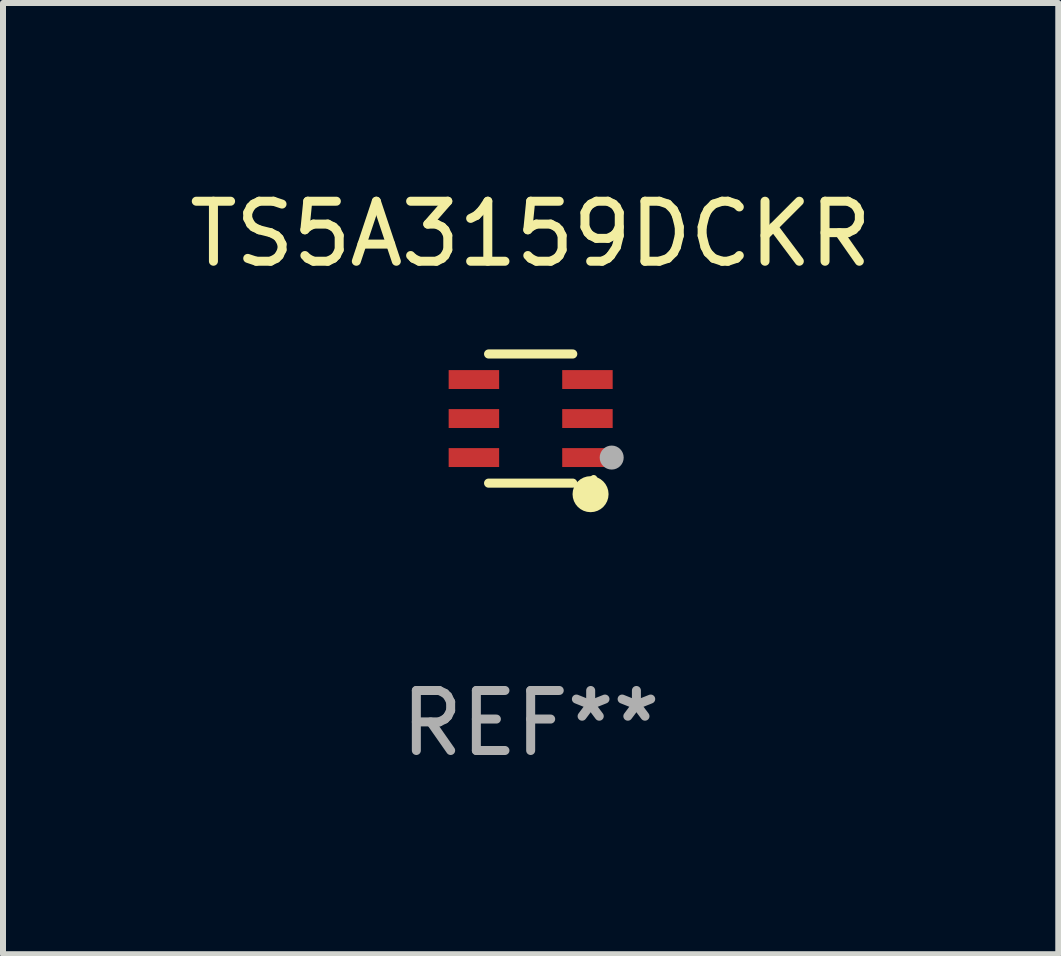
<source format=kicad_pcb>
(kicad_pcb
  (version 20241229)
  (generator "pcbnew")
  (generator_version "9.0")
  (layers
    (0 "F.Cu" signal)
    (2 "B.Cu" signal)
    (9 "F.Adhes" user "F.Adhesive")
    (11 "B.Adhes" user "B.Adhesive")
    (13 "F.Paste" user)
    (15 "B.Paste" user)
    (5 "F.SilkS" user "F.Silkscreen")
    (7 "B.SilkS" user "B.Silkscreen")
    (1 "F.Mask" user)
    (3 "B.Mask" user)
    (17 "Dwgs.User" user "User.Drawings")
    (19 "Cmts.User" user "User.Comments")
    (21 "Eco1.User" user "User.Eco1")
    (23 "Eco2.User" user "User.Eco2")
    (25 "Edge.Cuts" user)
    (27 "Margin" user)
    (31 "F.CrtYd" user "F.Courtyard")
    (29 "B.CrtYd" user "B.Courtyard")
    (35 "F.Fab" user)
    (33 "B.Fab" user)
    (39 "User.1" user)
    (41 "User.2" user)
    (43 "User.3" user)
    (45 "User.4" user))
  (footprint "TS5A3159DCKR"
    (layer "F.Cu")
    (at 5.792 3.924)
    (property "Reference" "TS5A3159DCKR" (at 0 -3.076 0) (layer "F.SilkS") (effects (font (size 1 1) (thickness 0.15))))
    (attr through_hole)
    (fp_line (start 0.701 -1.076) (end -0.701 -1.076) (stroke (width 0.152) (type solid)) (layer "F.SilkS"))
    (fp_line (start 0.701 1.076) (end -0.701 1.076) (stroke (width 0.152) (type solid)) (layer "F.SilkS"))
    (fp_circle (center 0.998 1.26) (end 1.148 1.26) (stroke (width 0.3) (type solid)) (fill no) (layer "F.SilkS"))
    (fp_circle (center 1.05 1) (end 1.08 1) (stroke (width 0.06) (type solid)) (fill no) (layer "F.SilkS"))
    (fp_circle (center 1.35 0.65) (end 1.45 0.65) (stroke (width 0.2) (type solid)) (fill no) (layer "F.Fab"))
    (fp_text user "REF**" (at 0 5.076 0) (layer "F.Fab") (effects (font (size 1 1) (thickness 0.15))))
    (pad "1" smd rect (at 0.946 0.65) (size 0.841 0.315) (layers "F.Cu" "F.Mask" "F.Paste"))
    (pad "2" smd rect (at 0.946 0) (size 0.841 0.315) (layers "F.Cu" "F.Mask" "F.Paste"))
    (pad "3" smd rect (at 0.946 -0.65) (size 0.841 0.315) (layers "F.Cu" "F.Mask" "F.Paste"))
    (pad "4" smd rect (at -0.946 -0.65) (size 0.841 0.315) (layers "F.Cu" "F.Mask" "F.Paste"))
    (pad "5" smd rect (at -0.946 0) (size 0.841 0.315) (layers "F.Cu" "F.Mask" "F.Paste"))
    (pad "6" smd rect (at -0.946 0.65) (size 0.841 0.315) (layers "F.Cu" "F.Mask" "F.Paste")))
  (gr_rect
    (start -3 -3)
    (end 14.583 12.849)
    (stroke (width 0.1) (type default))
    (fill no)
    (layer "Edge.Cuts")))
</source>
